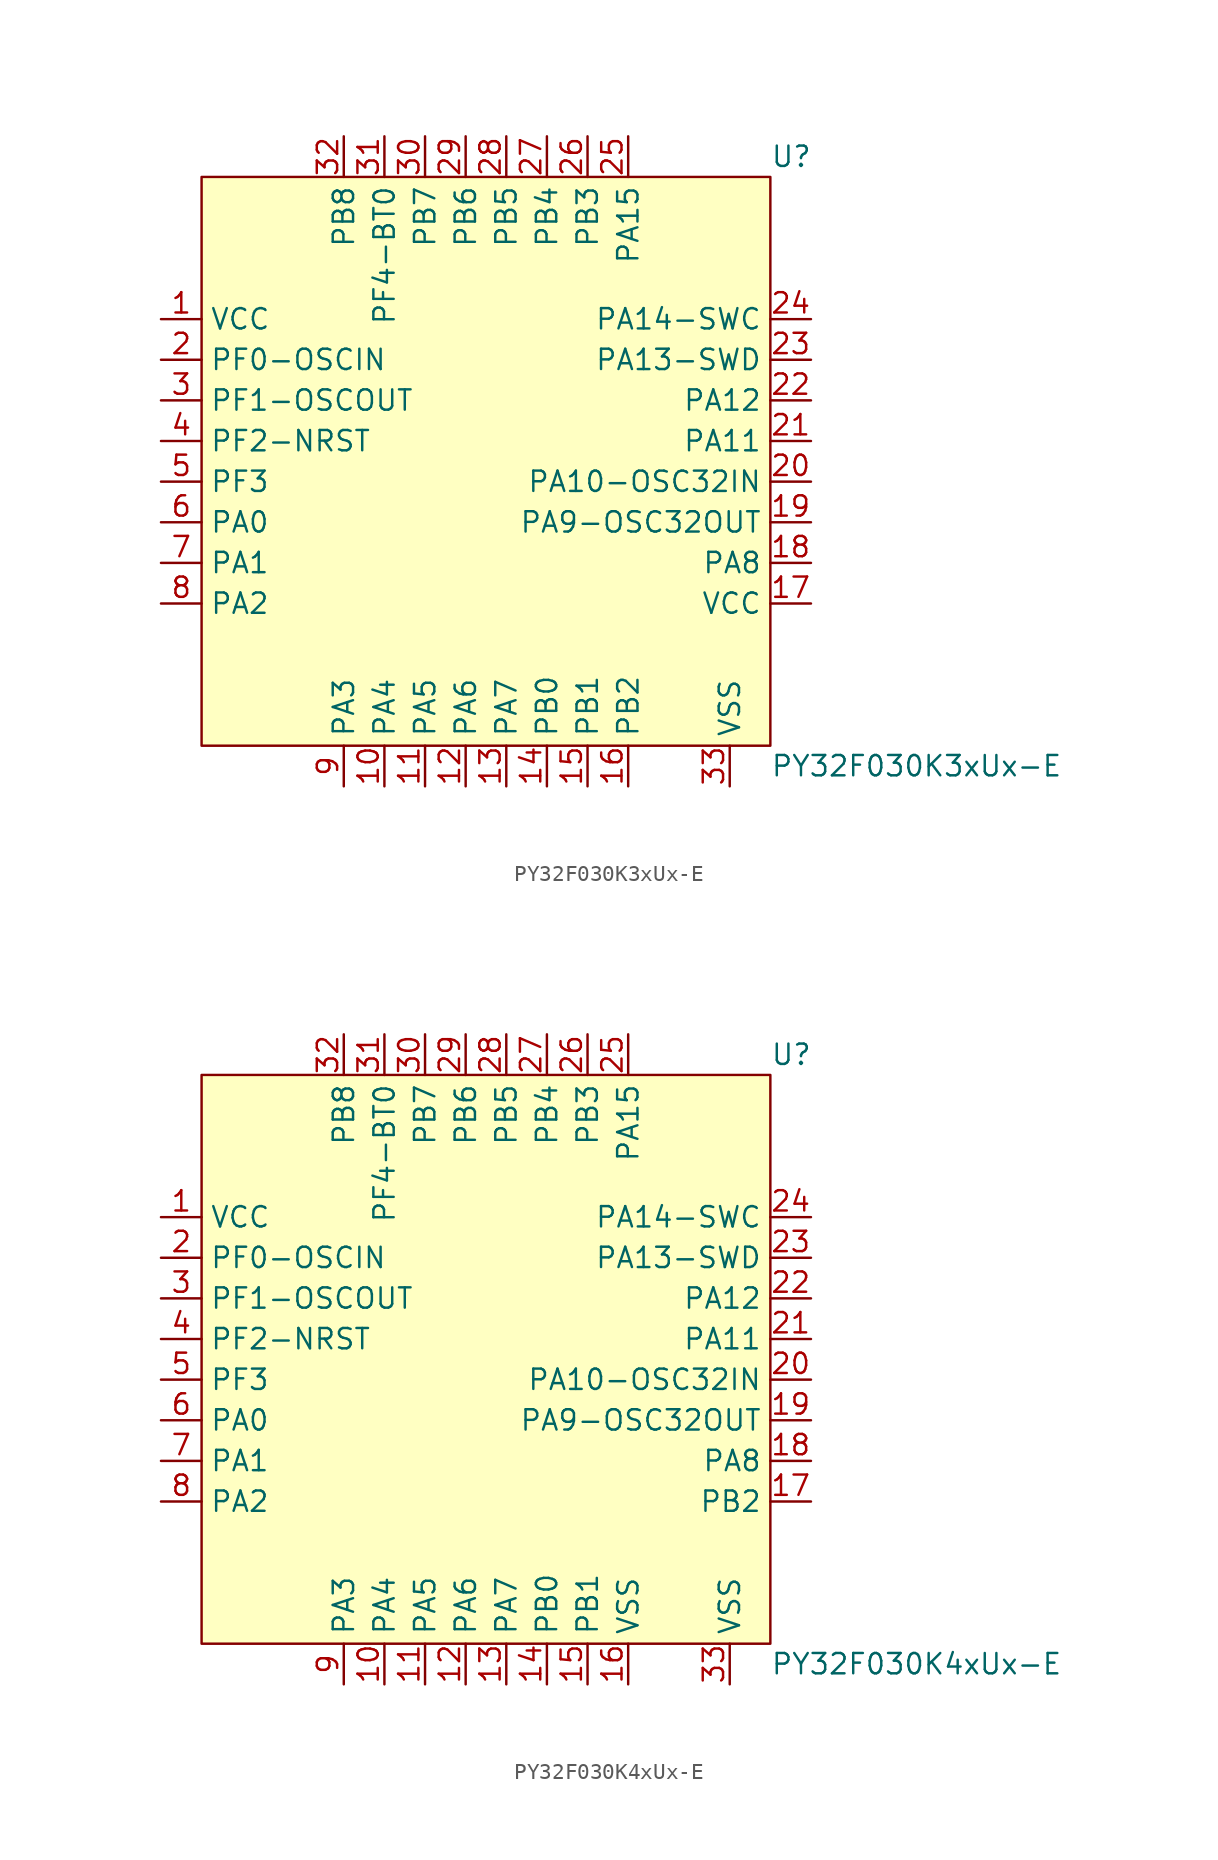
<source format=kicad_sym>
(kicad_symbol_lib
  (version 20241209)
  (generator "kicad_symbol_editor")
  (generator_version "9.0")
  (symbol "PY32F030K3xUx-E"
    (property "Reference" "U"
      (at 19.05 17.78 0)
      (effects (font (size 1.27 1.27)) (justify left)))
    (property "Value" "PY32F030K3xUx-E"
      (at 19.05 -20.32 0)
      (effects (font (size 1.27 1.27)) (justify left)))
    (symbol "PY32F030K3xUx-E_0_0"
      (pin bidirectional line (at -19.05 7.62 0) (length 2.54) (name "VCC" (effects (font (size 1.27 1.27)))) (number "1" (effects (font (size 1.27 1.27)))))
      (pin bidirectional line (at -19.05 5.08 0) (length 2.54) (name "PF0-OSCIN" (effects (font (size 1.27 1.27)))) (number "2" (effects (font (size 1.27 1.27)))))
      (pin bidirectional line (at -19.05 0 0) (length 2.54) (name "PF2-NRST" (effects (font (size 1.27 1.27)))) (number "4" (effects (font (size 1.27 1.27)))))
      (pin bidirectional line (at -19.05 -2.54 0) (length 2.54) (name "PF3" (effects (font (size 1.27 1.27)))) (number "5" (effects (font (size 1.27 1.27)))))
      (pin bidirectional line (at -19.05 -5.08 0) (length 2.54) (name "PA0" (effects (font (size 1.27 1.27)))) (number "6" (effects (font (size 1.27 1.27)))))
      (pin bidirectional line (at -19.05 -7.62 0) (length 2.54) (name "PA1" (effects (font (size 1.27 1.27)))) (number "7" (effects (font (size 1.27 1.27)))))
      (pin bidirectional line (at -19.05 -10.16 0) (length 2.54) (name "PA2" (effects (font (size 1.27 1.27)))) (number "8" (effects (font (size 1.27 1.27)))))
      (pin bidirectional line (at -7.62 19.05 270) (length 2.54) (name "PB8" (effects (font (size 1.27 1.27)))) (number "32" (effects (font (size 1.27 1.27)))))
      (pin bidirectional line (at -7.62 -21.59 90) (length 2.54) (name "PA3" (effects (font (size 1.27 1.27)))) (number "9" (effects (font (size 1.27 1.27)))))
      (pin bidirectional line (at -5.08 -21.59 90) (length 2.54) (name "PA4" (effects (font (size 1.27 1.27)))) (number "10" (effects (font (size 1.27 1.27)))))
      (pin bidirectional line (at -2.54 19.05 270) (length 2.54) (name "PB7" (effects (font (size 1.27 1.27)))) (number "30" (effects (font (size 1.27 1.27)))))
      (pin bidirectional line (at -2.54 -21.59 90) (length 2.54) (name "PA5" (effects (font (size 1.27 1.27)))) (number "11" (effects (font (size 1.27 1.27)))))
      (pin bidirectional line (at 0 19.05 270) (length 2.54) (name "PB6" (effects (font (size 1.27 1.27)))) (number "29" (effects (font (size 1.27 1.27)))))
      (pin bidirectional line (at 0 -21.59 90) (length 2.54) (name "PA6" (effects (font (size 1.27 1.27)))) (number "12" (effects (font (size 1.27 1.27)))))
      (pin bidirectional line (at 2.54 19.05 270) (length 2.54) (name "PB5" (effects (font (size 1.27 1.27)))) (number "28" (effects (font (size 1.27 1.27)))))
      (pin bidirectional line (at 2.54 -21.59 90) (length 2.54) (name "PA7" (effects (font (size 1.27 1.27)))) (number "13" (effects (font (size 1.27 1.27)))))
      (pin bidirectional line (at 5.08 19.05 270) (length 2.54) (name "PB4" (effects (font (size 1.27 1.27)))) (number "27" (effects (font (size 1.27 1.27)))))
      (pin bidirectional line (at 5.08 -21.59 90) (length 2.54) (name "PB0" (effects (font (size 1.27 1.27)))) (number "14" (effects (font (size 1.27 1.27)))))
      (pin bidirectional line (at 7.62 19.05 270) (length 2.54) (name "PB3" (effects (font (size 1.27 1.27)))) (number "26" (effects (font (size 1.27 1.27)))))
      (pin bidirectional line (at 7.62 -21.59 90) (length 2.54) (name "PB1" (effects (font (size 1.27 1.27)))) (number "15" (effects (font (size 1.27 1.27)))))
      (pin bidirectional line (at 21.59 5.08 180) (length 2.54) (name "PA13-SWD" (effects (font (size 1.27 1.27)))) (number "23" (effects (font (size 1.27 1.27)))))
      (pin bidirectional line (at 21.59 2.54 180) (length 2.54) (name "PA12" (effects (font (size 1.27 1.27)))) (number "22" (effects (font (size 1.27 1.27)))))
      (pin bidirectional line (at 21.59 0 180) (length 2.54) (name "PA11" (effects (font (size 1.27 1.27)))) (number "21" (effects (font (size 1.27 1.27)))))
      (pin bidirectional line (at 21.59 -2.54 180) (length 2.54) (name "PA10-OSC32IN" (effects (font (size 1.27 1.27)))) (number "20" (effects (font (size 1.27 1.27)))))
      (pin bidirectional line (at 21.59 -5.08 180) (length 2.54) (name "PA9-OSC32OUT" (effects (font (size 1.27 1.27)))) (number "19" (effects (font (size 1.27 1.27)))))
      (pin bidirectional line (at 21.59 -7.62 180) (length 2.54) (name "PA8" (effects (font (size 1.27 1.27)))) (number "18" (effects (font (size 1.27 1.27))))))
    (symbol "PY32F030K3xUx-E_1_0"
      (pin bidirectional line (at -19.05 2.54 0) (length 2.54) (name "PF1-OSCOUT" (effects (font (size 1.27 1.27)))) (number "3" (effects (font (size 1.27 1.27)))))
      (pin bidirectional line (at -5.08 19.05 270) (length 2.54) (name "PF4-BT0" (effects (font (size 1.27 1.27)))) (number "31" (effects (font (size 1.27 1.27)))))
      (pin bidirectional line (at 10.16 19.05 270) (length 2.54) (name "PA15" (effects (font (size 1.27 1.27)))) (number "25" (effects (font (size 1.27 1.27)))))
      (pin bidirectional line (at 10.16 -21.59 90) (length 2.54) (name "PB2" (effects (font (size 1.27 1.27)))) (number "16" (effects (font (size 1.27 1.27)))))
      (pin bidirectional line (at 16.51 -21.59 90) (length 2.54) (name "VSS" (effects (font (size 1.27 1.27)))) (number "33" (effects (font (size 1.27 1.27)))))
      (pin bidirectional line (at 21.59 7.62 180) (length 2.54) (name "PA14-SWC" (effects (font (size 1.27 1.27)))) (number "24" (effects (font (size 1.27 1.27)))))
      (pin bidirectional line (at 21.59 -10.16 180) (length 2.54) (name "VCC" (effects (font (size 1.27 1.27)))) (number "17" (effects (font (size 1.27 1.27))))))
    (symbol "PY32F030K3xUx-E_1_1"
      (rectangle (start -16.51 16.51) (end 19.05 -19.05) (stroke (width 0) (type solid)) (fill (type background)))))
  (symbol "PY32F030K4xUx-E"
    (property "Reference" "U"
      (at 19.05 17.78 0)
      (effects (font (size 1.27 1.27)) (justify left)))
    (property "Value" "PY32F030K4xUx-E"
      (at 19.05 -20.32 0)
      (effects (font (size 1.27 1.27)) (justify left)))
    (symbol "PY32F030K4xUx-E_0_0"
      (pin bidirectional line (at -19.05 7.62 0) (length 2.54) (name "VCC" (effects (font (size 1.27 1.27)))) (number "1" (effects (font (size 1.27 1.27)))))
      (pin bidirectional line (at -19.05 5.08 0) (length 2.54) (name "PF0-OSCIN" (effects (font (size 1.27 1.27)))) (number "2" (effects (font (size 1.27 1.27)))))
      (pin bidirectional line (at -19.05 0 0) (length 2.54) (name "PF2-NRST" (effects (font (size 1.27 1.27)))) (number "4" (effects (font (size 1.27 1.27)))))
      (pin bidirectional line (at -19.05 -2.54 0) (length 2.54) (name "PF3" (effects (font (size 1.27 1.27)))) (number "5" (effects (font (size 1.27 1.27)))))
      (pin bidirectional line (at -19.05 -5.08 0) (length 2.54) (name "PA0" (effects (font (size 1.27 1.27)))) (number "6" (effects (font (size 1.27 1.27)))))
      (pin bidirectional line (at -19.05 -7.62 0) (length 2.54) (name "PA1" (effects (font (size 1.27 1.27)))) (number "7" (effects (font (size 1.27 1.27)))))
      (pin bidirectional line (at -19.05 -10.16 0) (length 2.54) (name "PA2" (effects (font (size 1.27 1.27)))) (number "8" (effects (font (size 1.27 1.27)))))
      (pin bidirectional line (at -7.62 19.05 270) (length 2.54) (name "PB8" (effects (font (size 1.27 1.27)))) (number "32" (effects (font (size 1.27 1.27)))))
      (pin bidirectional line (at -7.62 -21.59 90) (length 2.54) (name "PA3" (effects (font (size 1.27 1.27)))) (number "9" (effects (font (size 1.27 1.27)))))
      (pin bidirectional line (at -5.08 -21.59 90) (length 2.54) (name "PA4" (effects (font (size 1.27 1.27)))) (number "10" (effects (font (size 1.27 1.27)))))
      (pin bidirectional line (at -2.54 19.05 270) (length 2.54) (name "PB7" (effects (font (size 1.27 1.27)))) (number "30" (effects (font (size 1.27 1.27)))))
      (pin bidirectional line (at -2.54 -21.59 90) (length 2.54) (name "PA5" (effects (font (size 1.27 1.27)))) (number "11" (effects (font (size 1.27 1.27)))))
      (pin bidirectional line (at 0 19.05 270) (length 2.54) (name "PB6" (effects (font (size 1.27 1.27)))) (number "29" (effects (font (size 1.27 1.27)))))
      (pin bidirectional line (at 0 -21.59 90) (length 2.54) (name "PA6" (effects (font (size 1.27 1.27)))) (number "12" (effects (font (size 1.27 1.27)))))
      (pin bidirectional line (at 2.54 19.05 270) (length 2.54) (name "PB5" (effects (font (size 1.27 1.27)))) (number "28" (effects (font (size 1.27 1.27)))))
      (pin bidirectional line (at 2.54 -21.59 90) (length 2.54) (name "PA7" (effects (font (size 1.27 1.27)))) (number "13" (effects (font (size 1.27 1.27)))))
      (pin bidirectional line (at 5.08 19.05 270) (length 2.54) (name "PB4" (effects (font (size 1.27 1.27)))) (number "27" (effects (font (size 1.27 1.27)))))
      (pin bidirectional line (at 5.08 -21.59 90) (length 2.54) (name "PB0" (effects (font (size 1.27 1.27)))) (number "14" (effects (font (size 1.27 1.27)))))
      (pin bidirectional line (at 7.62 19.05 270) (length 2.54) (name "PB3" (effects (font (size 1.27 1.27)))) (number "26" (effects (font (size 1.27 1.27)))))
      (pin bidirectional line (at 7.62 -21.59 90) (length 2.54) (name "PB1" (effects (font (size 1.27 1.27)))) (number "15" (effects (font (size 1.27 1.27)))))
      (pin bidirectional line (at 10.16 -21.59 90) (length 2.54) (name "VSS" (effects (font (size 1.27 1.27)))) (number "16" (effects (font (size 1.27 1.27)))))
      (pin bidirectional line (at 21.59 5.08 180) (length 2.54) (name "PA13-SWD" (effects (font (size 1.27 1.27)))) (number "23" (effects (font (size 1.27 1.27)))))
      (pin bidirectional line (at 21.59 2.54 180) (length 2.54) (name "PA12" (effects (font (size 1.27 1.27)))) (number "22" (effects (font (size 1.27 1.27)))))
      (pin bidirectional line (at 21.59 0 180) (length 2.54) (name "PA11" (effects (font (size 1.27 1.27)))) (number "21" (effects (font (size 1.27 1.27)))))
      (pin bidirectional line (at 21.59 -2.54 180) (length 2.54) (name "PA10-OSC32IN" (effects (font (size 1.27 1.27)))) (number "20" (effects (font (size 1.27 1.27)))))
      (pin bidirectional line (at 21.59 -5.08 180) (length 2.54) (name "PA9-OSC32OUT" (effects (font (size 1.27 1.27)))) (number "19" (effects (font (size 1.27 1.27)))))
      (pin bidirectional line (at 21.59 -7.62 180) (length 2.54) (name "PA8" (effects (font (size 1.27 1.27)))) (number "18" (effects (font (size 1.27 1.27)))))
      (pin bidirectional line (at 21.59 -10.16 180) (length 2.54) (name "PB2" (effects (font (size 1.27 1.27)))) (number "17" (effects (font (size 1.27 1.27))))))
    (symbol "PY32F030K4xUx-E_1_0"
      (pin bidirectional line (at -19.05 2.54 0) (length 2.54) (name "PF1-OSCOUT" (effects (font (size 1.27 1.27)))) (number "3" (effects (font (size 1.27 1.27)))))
      (pin bidirectional line (at -5.08 19.05 270) (length 2.54) (name "PF4-BT0" (effects (font (size 1.27 1.27)))) (number "31" (effects (font (size 1.27 1.27)))))
      (pin bidirectional line (at 10.16 19.05 270) (length 2.54) (name "PA15" (effects (font (size 1.27 1.27)))) (number "25" (effects (font (size 1.27 1.27)))))
      (pin bidirectional line (at 16.51 -21.59 90) (length 2.54) (name "VSS" (effects (font (size 1.27 1.27)))) (number "33" (effects (font (size 1.27 1.27)))))
      (pin bidirectional line (at 21.59 7.62 180) (length 2.54) (name "PA14-SWC" (effects (font (size 1.27 1.27)))) (number "24" (effects (font (size 1.27 1.27))))))
    (symbol "PY32F030K4xUx-E_1_1"
      (rectangle (start -16.51 16.51) (end 19.05 -19.05) (stroke (width 0) (type solid)) (fill (type background))))))
</source>
